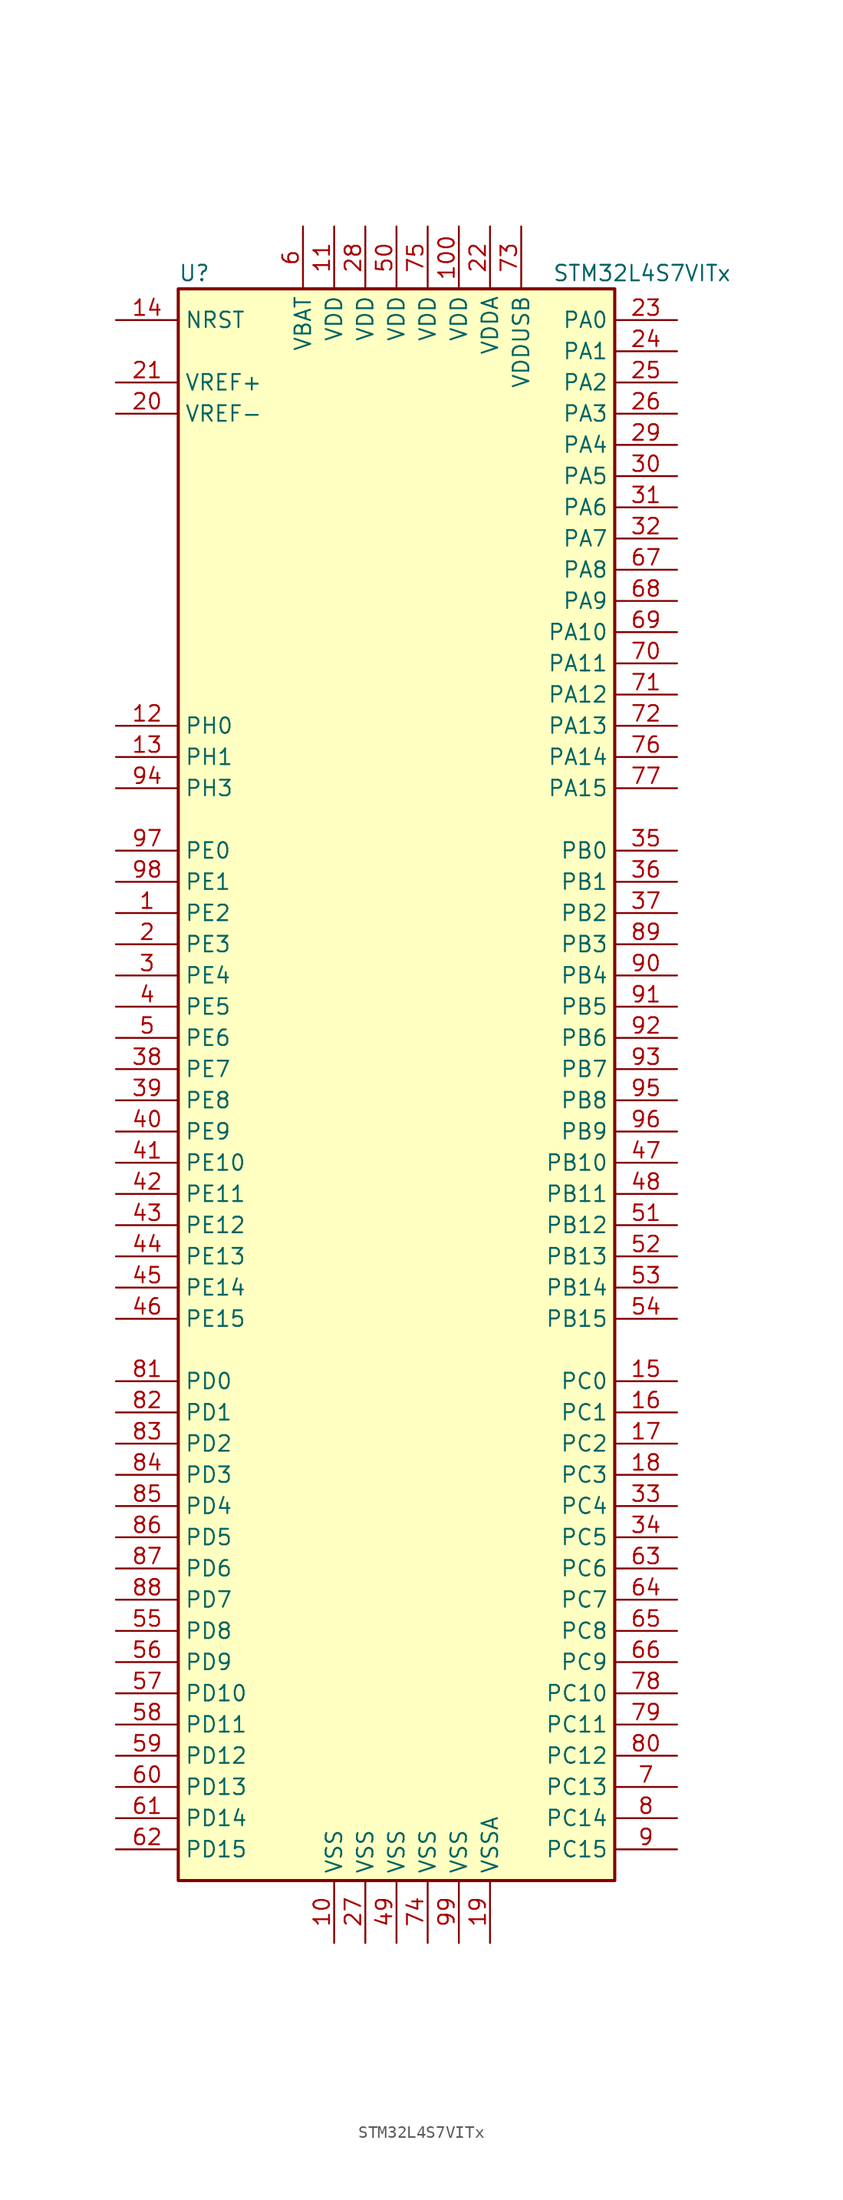
<source format=kicad_sym>
(kicad_symbol_lib
  (version 20211014)
  (generator kicad_symbol_editor)
  (symbol "STM32L4S7VITx"
    (property "Reference" "U"
      (at -17.78 64.77 0)
      (effects (font (size 1.27 1.27)) (justify left)))
    (property "Value" "STM32L4S7VITx"
      (at 12.7 64.77 0)
      (effects (font (size 1.27 1.27)) (justify left)))
    (symbol "STM32L4S7VITx_0_1"
      (rectangle (start -17.78 -66.04) (end 17.78 63.5) (stroke (width 0.254) (type default) (color 0 0 0 0)) (fill (type background))))
    (symbol "STM32L4S7VITx_1_1"
      (pin bidirectional line (at -22.86 12.7 0) (length 5.08) (name "PE2" (effects (font (size 1.27 1.27)))) (number "1" (effects (font (size 1.27 1.27)))))
      (pin power_in line (at -5.08 -71.12 90) (length 5.08) (name "VSS" (effects (font (size 1.27 1.27)))) (number "10" (effects (font (size 1.27 1.27)))))
      (pin power_in line (at 5.08 68.58 270) (length 5.08) (name "VDD" (effects (font (size 1.27 1.27)))) (number "100" (effects (font (size 1.27 1.27)))))
      (pin power_in line (at -5.08 68.58 270) (length 5.08) (name "VDD" (effects (font (size 1.27 1.27)))) (number "11" (effects (font (size 1.27 1.27)))))
      (pin input line (at -22.86 27.94 0) (length 5.08) (name "PH0" (effects (font (size 1.27 1.27)))) (number "12" (effects (font (size 1.27 1.27)))))
      (pin input line (at -22.86 25.4 0) (length 5.08) (name "PH1" (effects (font (size 1.27 1.27)))) (number "13" (effects (font (size 1.27 1.27)))))
      (pin input line (at -22.86 60.96 0) (length 5.08) (name "NRST" (effects (font (size 1.27 1.27)))) (number "14" (effects (font (size 1.27 1.27)))))
      (pin bidirectional line (at 22.86 -25.4 180) (length 5.08) (name "PC0" (effects (font (size 1.27 1.27)))) (number "15" (effects (font (size 1.27 1.27)))))
      (pin bidirectional line (at 22.86 -27.94 180) (length 5.08) (name "PC1" (effects (font (size 1.27 1.27)))) (number "16" (effects (font (size 1.27 1.27)))))
      (pin bidirectional line (at 22.86 -30.48 180) (length 5.08) (name "PC2" (effects (font (size 1.27 1.27)))) (number "17" (effects (font (size 1.27 1.27)))))
      (pin bidirectional line (at 22.86 -33.02 180) (length 5.08) (name "PC3" (effects (font (size 1.27 1.27)))) (number "18" (effects (font (size 1.27 1.27)))))
      (pin power_in line (at 7.62 -71.12 90) (length 5.08) (name "VSSA" (effects (font (size 1.27 1.27)))) (number "19" (effects (font (size 1.27 1.27)))))
      (pin bidirectional line (at -22.86 10.16 0) (length 5.08) (name "PE3" (effects (font (size 1.27 1.27)))) (number "2" (effects (font (size 1.27 1.27)))))
      (pin power_in line (at -22.86 53.34 0) (length 5.08) (name "VREF-" (effects (font (size 1.27 1.27)))) (number "20" (effects (font (size 1.27 1.27)))))
      (pin bidirectional line (at -22.86 55.88 0) (length 5.08) (name "VREF+" (effects (font (size 1.27 1.27)))) (number "21" (effects (font (size 1.27 1.27)))))
      (pin power_in line (at 7.62 68.58 270) (length 5.08) (name "VDDA" (effects (font (size 1.27 1.27)))) (number "22" (effects (font (size 1.27 1.27)))))
      (pin bidirectional line (at 22.86 60.96 180) (length 5.08) (name "PA0" (effects (font (size 1.27 1.27)))) (number "23" (effects (font (size 1.27 1.27)))))
      (pin bidirectional line (at 22.86 58.42 180) (length 5.08) (name "PA1" (effects (font (size 1.27 1.27)))) (number "24" (effects (font (size 1.27 1.27)))))
      (pin bidirectional line (at 22.86 55.88 180) (length 5.08) (name "PA2" (effects (font (size 1.27 1.27)))) (number "25" (effects (font (size 1.27 1.27)))))
      (pin bidirectional line (at 22.86 53.34 180) (length 5.08) (name "PA3" (effects (font (size 1.27 1.27)))) (number "26" (effects (font (size 1.27 1.27)))))
      (pin power_in line (at -2.54 -71.12 90) (length 5.08) (name "VSS" (effects (font (size 1.27 1.27)))) (number "27" (effects (font (size 1.27 1.27)))))
      (pin power_in line (at -2.54 68.58 270) (length 5.08) (name "VDD" (effects (font (size 1.27 1.27)))) (number "28" (effects (font (size 1.27 1.27)))))
      (pin bidirectional line (at 22.86 50.8 180) (length 5.08) (name "PA4" (effects (font (size 1.27 1.27)))) (number "29" (effects (font (size 1.27 1.27)))))
      (pin bidirectional line (at -22.86 7.62 0) (length 5.08) (name "PE4" (effects (font (size 1.27 1.27)))) (number "3" (effects (font (size 1.27 1.27)))))
      (pin bidirectional line (at 22.86 48.26 180) (length 5.08) (name "PA5" (effects (font (size 1.27 1.27)))) (number "30" (effects (font (size 1.27 1.27)))))
      (pin bidirectional line (at 22.86 45.72 180) (length 5.08) (name "PA6" (effects (font (size 1.27 1.27)))) (number "31" (effects (font (size 1.27 1.27)))))
      (pin bidirectional line (at 22.86 43.18 180) (length 5.08) (name "PA7" (effects (font (size 1.27 1.27)))) (number "32" (effects (font (size 1.27 1.27)))))
      (pin bidirectional line (at 22.86 -35.56 180) (length 5.08) (name "PC4" (effects (font (size 1.27 1.27)))) (number "33" (effects (font (size 1.27 1.27)))))
      (pin bidirectional line (at 22.86 -38.1 180) (length 5.08) (name "PC5" (effects (font (size 1.27 1.27)))) (number "34" (effects (font (size 1.27 1.27)))))
      (pin bidirectional line (at 22.86 17.78 180) (length 5.08) (name "PB0" (effects (font (size 1.27 1.27)))) (number "35" (effects (font (size 1.27 1.27)))))
      (pin bidirectional line (at 22.86 15.24 180) (length 5.08) (name "PB1" (effects (font (size 1.27 1.27)))) (number "36" (effects (font (size 1.27 1.27)))))
      (pin bidirectional line (at 22.86 12.7 180) (length 5.08) (name "PB2" (effects (font (size 1.27 1.27)))) (number "37" (effects (font (size 1.27 1.27)))))
      (pin bidirectional line (at -22.86 0 0) (length 5.08) (name "PE7" (effects (font (size 1.27 1.27)))) (number "38" (effects (font (size 1.27 1.27)))))
      (pin bidirectional line (at -22.86 -2.54 0) (length 5.08) (name "PE8" (effects (font (size 1.27 1.27)))) (number "39" (effects (font (size 1.27 1.27)))))
      (pin bidirectional line (at -22.86 5.08 0) (length 5.08) (name "PE5" (effects (font (size 1.27 1.27)))) (number "4" (effects (font (size 1.27 1.27)))))
      (pin bidirectional line (at -22.86 -5.08 0) (length 5.08) (name "PE9" (effects (font (size 1.27 1.27)))) (number "40" (effects (font (size 1.27 1.27)))))
      (pin bidirectional line (at -22.86 -7.62 0) (length 5.08) (name "PE10" (effects (font (size 1.27 1.27)))) (number "41" (effects (font (size 1.27 1.27)))))
      (pin bidirectional line (at -22.86 -10.16 0) (length 5.08) (name "PE11" (effects (font (size 1.27 1.27)))) (number "42" (effects (font (size 1.27 1.27)))))
      (pin bidirectional line (at -22.86 -12.7 0) (length 5.08) (name "PE12" (effects (font (size 1.27 1.27)))) (number "43" (effects (font (size 1.27 1.27)))))
      (pin bidirectional line (at -22.86 -15.24 0) (length 5.08) (name "PE13" (effects (font (size 1.27 1.27)))) (number "44" (effects (font (size 1.27 1.27)))))
      (pin bidirectional line (at -22.86 -17.78 0) (length 5.08) (name "PE14" (effects (font (size 1.27 1.27)))) (number "45" (effects (font (size 1.27 1.27)))))
      (pin bidirectional line (at -22.86 -20.32 0) (length 5.08) (name "PE15" (effects (font (size 1.27 1.27)))) (number "46" (effects (font (size 1.27 1.27)))))
      (pin bidirectional line (at 22.86 -7.62 180) (length 5.08) (name "PB10" (effects (font (size 1.27 1.27)))) (number "47" (effects (font (size 1.27 1.27)))))
      (pin bidirectional line (at 22.86 -10.16 180) (length 5.08) (name "PB11" (effects (font (size 1.27 1.27)))) (number "48" (effects (font (size 1.27 1.27)))))
      (pin power_in line (at 0 -71.12 90) (length 5.08) (name "VSS" (effects (font (size 1.27 1.27)))) (number "49" (effects (font (size 1.27 1.27)))))
      (pin bidirectional line (at -22.86 2.54 0) (length 5.08) (name "PE6" (effects (font (size 1.27 1.27)))) (number "5" (effects (font (size 1.27 1.27)))))
      (pin power_in line (at 0 68.58 270) (length 5.08) (name "VDD" (effects (font (size 1.27 1.27)))) (number "50" (effects (font (size 1.27 1.27)))))
      (pin bidirectional line (at 22.86 -12.7 180) (length 5.08) (name "PB12" (effects (font (size 1.27 1.27)))) (number "51" (effects (font (size 1.27 1.27)))))
      (pin bidirectional line (at 22.86 -15.24 180) (length 5.08) (name "PB13" (effects (font (size 1.27 1.27)))) (number "52" (effects (font (size 1.27 1.27)))))
      (pin bidirectional line (at 22.86 -17.78 180) (length 5.08) (name "PB14" (effects (font (size 1.27 1.27)))) (number "53" (effects (font (size 1.27 1.27)))))
      (pin bidirectional line (at 22.86 -20.32 180) (length 5.08) (name "PB15" (effects (font (size 1.27 1.27)))) (number "54" (effects (font (size 1.27 1.27)))))
      (pin bidirectional line (at -22.86 -45.72 0) (length 5.08) (name "PD8" (effects (font (size 1.27 1.27)))) (number "55" (effects (font (size 1.27 1.27)))))
      (pin bidirectional line (at -22.86 -48.26 0) (length 5.08) (name "PD9" (effects (font (size 1.27 1.27)))) (number "56" (effects (font (size 1.27 1.27)))))
      (pin bidirectional line (at -22.86 -50.8 0) (length 5.08) (name "PD10" (effects (font (size 1.27 1.27)))) (number "57" (effects (font (size 1.27 1.27)))))
      (pin bidirectional line (at -22.86 -53.34 0) (length 5.08) (name "PD11" (effects (font (size 1.27 1.27)))) (number "58" (effects (font (size 1.27 1.27)))))
      (pin bidirectional line (at -22.86 -55.88 0) (length 5.08) (name "PD12" (effects (font (size 1.27 1.27)))) (number "59" (effects (font (size 1.27 1.27)))))
      (pin power_in line (at -7.62 68.58 270) (length 5.08) (name "VBAT" (effects (font (size 1.27 1.27)))) (number "6" (effects (font (size 1.27 1.27)))))
      (pin bidirectional line (at -22.86 -58.42 0) (length 5.08) (name "PD13" (effects (font (size 1.27 1.27)))) (number "60" (effects (font (size 1.27 1.27)))))
      (pin bidirectional line (at -22.86 -60.96 0) (length 5.08) (name "PD14" (effects (font (size 1.27 1.27)))) (number "61" (effects (font (size 1.27 1.27)))))
      (pin bidirectional line (at -22.86 -63.5 0) (length 5.08) (name "PD15" (effects (font (size 1.27 1.27)))) (number "62" (effects (font (size 1.27 1.27)))))
      (pin bidirectional line (at 22.86 -40.64 180) (length 5.08) (name "PC6" (effects (font (size 1.27 1.27)))) (number "63" (effects (font (size 1.27 1.27)))))
      (pin bidirectional line (at 22.86 -43.18 180) (length 5.08) (name "PC7" (effects (font (size 1.27 1.27)))) (number "64" (effects (font (size 1.27 1.27)))))
      (pin bidirectional line (at 22.86 -45.72 180) (length 5.08) (name "PC8" (effects (font (size 1.27 1.27)))) (number "65" (effects (font (size 1.27 1.27)))))
      (pin bidirectional line (at 22.86 -48.26 180) (length 5.08) (name "PC9" (effects (font (size 1.27 1.27)))) (number "66" (effects (font (size 1.27 1.27)))))
      (pin bidirectional line (at 22.86 40.64 180) (length 5.08) (name "PA8" (effects (font (size 1.27 1.27)))) (number "67" (effects (font (size 1.27 1.27)))))
      (pin bidirectional line (at 22.86 38.1 180) (length 5.08) (name "PA9" (effects (font (size 1.27 1.27)))) (number "68" (effects (font (size 1.27 1.27)))))
      (pin bidirectional line (at 22.86 35.56 180) (length 5.08) (name "PA10" (effects (font (size 1.27 1.27)))) (number "69" (effects (font (size 1.27 1.27)))))
      (pin bidirectional line (at 22.86 -58.42 180) (length 5.08) (name "PC13" (effects (font (size 1.27 1.27)))) (number "7" (effects (font (size 1.27 1.27)))))
      (pin bidirectional line (at 22.86 33.02 180) (length 5.08) (name "PA11" (effects (font (size 1.27 1.27)))) (number "70" (effects (font (size 1.27 1.27)))))
      (pin bidirectional line (at 22.86 30.48 180) (length 5.08) (name "PA12" (effects (font (size 1.27 1.27)))) (number "71" (effects (font (size 1.27 1.27)))))
      (pin bidirectional line (at 22.86 27.94 180) (length 5.08) (name "PA13" (effects (font (size 1.27 1.27)))) (number "72" (effects (font (size 1.27 1.27)))))
      (pin power_in line (at 10.16 68.58 270) (length 5.08) (name "VDDUSB" (effects (font (size 1.27 1.27)))) (number "73" (effects (font (size 1.27 1.27)))))
      (pin power_in line (at 2.54 -71.12 90) (length 5.08) (name "VSS" (effects (font (size 1.27 1.27)))) (number "74" (effects (font (size 1.27 1.27)))))
      (pin power_in line (at 2.54 68.58 270) (length 5.08) (name "VDD" (effects (font (size 1.27 1.27)))) (number "75" (effects (font (size 1.27 1.27)))))
      (pin bidirectional line (at 22.86 25.4 180) (length 5.08) (name "PA14" (effects (font (size 1.27 1.27)))) (number "76" (effects (font (size 1.27 1.27)))))
      (pin bidirectional line (at 22.86 22.86 180) (length 5.08) (name "PA15" (effects (font (size 1.27 1.27)))) (number "77" (effects (font (size 1.27 1.27)))))
      (pin bidirectional line (at 22.86 -50.8 180) (length 5.08) (name "PC10" (effects (font (size 1.27 1.27)))) (number "78" (effects (font (size 1.27 1.27)))))
      (pin bidirectional line (at 22.86 -53.34 180) (length 5.08) (name "PC11" (effects (font (size 1.27 1.27)))) (number "79" (effects (font (size 1.27 1.27)))))
      (pin bidirectional line (at 22.86 -60.96 180) (length 5.08) (name "PC14" (effects (font (size 1.27 1.27)))) (number "8" (effects (font (size 1.27 1.27)))))
      (pin bidirectional line (at 22.86 -55.88 180) (length 5.08) (name "PC12" (effects (font (size 1.27 1.27)))) (number "80" (effects (font (size 1.27 1.27)))))
      (pin bidirectional line (at -22.86 -25.4 0) (length 5.08) (name "PD0" (effects (font (size 1.27 1.27)))) (number "81" (effects (font (size 1.27 1.27)))))
      (pin bidirectional line (at -22.86 -27.94 0) (length 5.08) (name "PD1" (effects (font (size 1.27 1.27)))) (number "82" (effects (font (size 1.27 1.27)))))
      (pin bidirectional line (at -22.86 -30.48 0) (length 5.08) (name "PD2" (effects (font (size 1.27 1.27)))) (number "83" (effects (font (size 1.27 1.27)))))
      (pin bidirectional line (at -22.86 -33.02 0) (length 5.08) (name "PD3" (effects (font (size 1.27 1.27)))) (number "84" (effects (font (size 1.27 1.27)))))
      (pin bidirectional line (at -22.86 -35.56 0) (length 5.08) (name "PD4" (effects (font (size 1.27 1.27)))) (number "85" (effects (font (size 1.27 1.27)))))
      (pin bidirectional line (at -22.86 -38.1 0) (length 5.08) (name "PD5" (effects (font (size 1.27 1.27)))) (number "86" (effects (font (size 1.27 1.27)))))
      (pin bidirectional line (at -22.86 -40.64 0) (length 5.08) (name "PD6" (effects (font (size 1.27 1.27)))) (number "87" (effects (font (size 1.27 1.27)))))
      (pin bidirectional line (at -22.86 -43.18 0) (length 5.08) (name "PD7" (effects (font (size 1.27 1.27)))) (number "88" (effects (font (size 1.27 1.27)))))
      (pin bidirectional line (at 22.86 10.16 180) (length 5.08) (name "PB3" (effects (font (size 1.27 1.27)))) (number "89" (effects (font (size 1.27 1.27)))))
      (pin bidirectional line (at 22.86 -63.5 180) (length 5.08) (name "PC15" (effects (font (size 1.27 1.27)))) (number "9" (effects (font (size 1.27 1.27)))))
      (pin bidirectional line (at 22.86 7.62 180) (length 5.08) (name "PB4" (effects (font (size 1.27 1.27)))) (number "90" (effects (font (size 1.27 1.27)))))
      (pin bidirectional line (at 22.86 5.08 180) (length 5.08) (name "PB5" (effects (font (size 1.27 1.27)))) (number "91" (effects (font (size 1.27 1.27)))))
      (pin bidirectional line (at 22.86 2.54 180) (length 5.08) (name "PB6" (effects (font (size 1.27 1.27)))) (number "92" (effects (font (size 1.27 1.27)))))
      (pin bidirectional line (at 22.86 0 180) (length 5.08) (name "PB7" (effects (font (size 1.27 1.27)))) (number "93" (effects (font (size 1.27 1.27)))))
      (pin bidirectional line (at -22.86 22.86 0) (length 5.08) (name "PH3" (effects (font (size 1.27 1.27)))) (number "94" (effects (font (size 1.27 1.27)))))
      (pin bidirectional line (at 22.86 -2.54 180) (length 5.08) (name "PB8" (effects (font (size 1.27 1.27)))) (number "95" (effects (font (size 1.27 1.27)))))
      (pin bidirectional line (at 22.86 -5.08 180) (length 5.08) (name "PB9" (effects (font (size 1.27 1.27)))) (number "96" (effects (font (size 1.27 1.27)))))
      (pin bidirectional line (at -22.86 17.78 0) (length 5.08) (name "PE0" (effects (font (size 1.27 1.27)))) (number "97" (effects (font (size 1.27 1.27)))))
      (pin bidirectional line (at -22.86 15.24 0) (length 5.08) (name "PE1" (effects (font (size 1.27 1.27)))) (number "98" (effects (font (size 1.27 1.27)))))
      (pin power_in line (at 5.08 -71.12 90) (length 5.08) (name "VSS" (effects (font (size 1.27 1.27)))) (number "99" (effects (font (size 1.27 1.27))))))))
</source>
